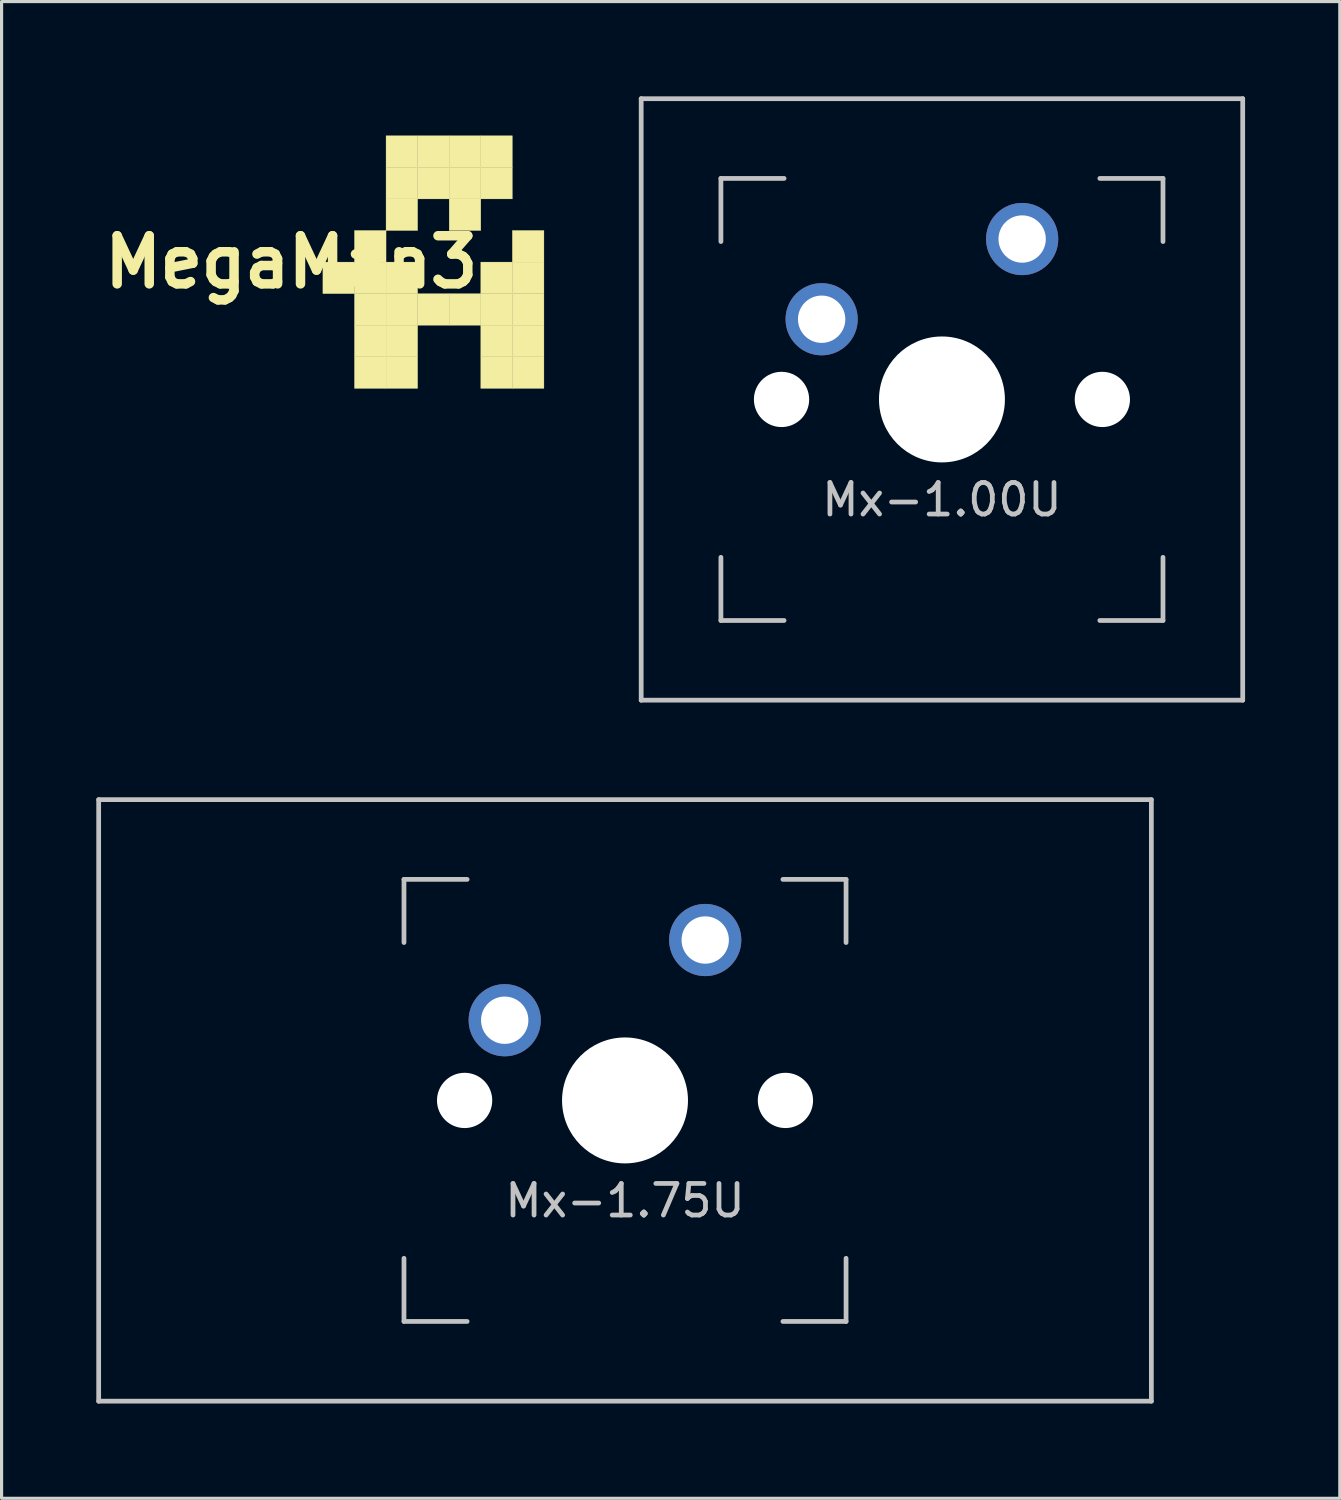
<source format=kicad_pcb>
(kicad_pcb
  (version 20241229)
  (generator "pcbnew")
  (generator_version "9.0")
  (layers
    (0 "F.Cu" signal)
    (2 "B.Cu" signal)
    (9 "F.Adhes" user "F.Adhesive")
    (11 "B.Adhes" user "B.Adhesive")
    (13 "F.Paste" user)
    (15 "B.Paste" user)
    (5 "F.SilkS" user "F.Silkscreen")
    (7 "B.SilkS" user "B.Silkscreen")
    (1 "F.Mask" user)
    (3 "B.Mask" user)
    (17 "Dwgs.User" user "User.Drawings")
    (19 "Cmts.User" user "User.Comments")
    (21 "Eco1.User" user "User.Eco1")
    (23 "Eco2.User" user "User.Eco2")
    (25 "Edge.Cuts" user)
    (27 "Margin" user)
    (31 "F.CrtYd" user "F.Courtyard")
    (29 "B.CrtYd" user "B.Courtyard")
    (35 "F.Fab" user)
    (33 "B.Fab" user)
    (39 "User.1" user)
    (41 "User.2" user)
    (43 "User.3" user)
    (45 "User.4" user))
  (footprint "Mx-1.75U"
    (layer "F.Cu")
    (at 16.744 31.8)
    (property "Reference" "Mx-1.75U" (at 0 3.175 0) (layer "Dwgs.User") (effects (font (size 1 1) (thickness 0.15))))
    (fp_line (start -16.669 -9.525) (end 16.669 -9.525) (stroke (width 0.15) (type solid)) (layer "Dwgs.User"))
    (fp_line (start -16.669 9.525) (end -16.669 -9.525) (stroke (width 0.15) (type solid)) (layer "Dwgs.User"))
    (fp_line (start -7 -7) (end -7 -5) (stroke (width 0.15) (type solid)) (layer "Dwgs.User"))
    (fp_line (start -7 5) (end -7 7) (stroke (width 0.15) (type solid)) (layer "Dwgs.User"))
    (fp_line (start -7 7) (end -5 7) (stroke (width 0.15) (type solid)) (layer "Dwgs.User"))
    (fp_line (start -5 -7) (end -7 -7) (stroke (width 0.15) (type solid)) (layer "Dwgs.User"))
    (fp_line (start 5 -7) (end 7 -7) (stroke (width 0.15) (type solid)) (layer "Dwgs.User"))
    (fp_line (start 5 7) (end 7 7) (stroke (width 0.15) (type solid)) (layer "Dwgs.User"))
    (fp_line (start 7 -7) (end 7 -5) (stroke (width 0.15) (type solid)) (layer "Dwgs.User"))
    (fp_line (start 7 7) (end 7 5) (stroke (width 0.15) (type solid)) (layer "Dwgs.User"))
    (fp_line (start 16.669 -9.525) (end 16.669 9.525) (stroke (width 0.15) (type solid)) (layer "Dwgs.User"))
    (fp_line (start 16.669 9.525) (end -16.669 9.525) (stroke (width 0.15) (type solid)) (layer "Dwgs.User"))
    (pad "" np_thru_hole circle (at -5.08 0 48.1) (size 1.75 1.75) (drill 1.75) (layers "*.Cu" "*.Mask"))
    (pad "" np_thru_hole circle (at 0 0) (size 3.988 3.988) (drill 3.988) (layers "*.Cu" "*.Mask"))
    (pad "" np_thru_hole circle (at 5.08 0 48.1) (size 1.75 1.75) (drill 1.75) (layers "*.Cu" "*.Mask"))
    (pad "1" thru_hole circle (at 2.54 -5.08) (size 2.286 2.286) (drill 1.499) (layers "*.Cu" "*.Mask"))
    (pad "2" thru_hole circle (at -3.81 -2.54) (size 2.286 2.286) (drill 1.499) (layers "*.Cu" "*.Mask")))
  (footprint "MegaMan3"
    (layer "F.Cu")
    (at 6.176 0.25)
    (property "Reference" "MegaMan3" (at 0 5 0) (layer "F.SilkS") (effects (font (size 1.524 1.524) (thickness 0.3))))
    (attr through_hole)
    (fp_poly (pts (xy 1 5) (xy 2 5) (xy 2 6) (xy 1 6) (xy 1 5)) (stroke (width 0.01) (type solid)) (fill yes) (layer "F.SilkS"))
    (fp_poly (pts (xy 2 4) (xy 3 4) (xy 3 5) (xy 2 5) (xy 2 4)) (stroke (width 0.01) (type solid)) (fill yes) (layer "F.SilkS"))
    (fp_poly (pts (xy 2 5) (xy 3 5) (xy 3 6) (xy 2 6) (xy 2 5)) (stroke (width 0.01) (type solid)) (fill yes) (layer "F.SilkS"))
    (fp_poly (pts (xy 2 6) (xy 3 6) (xy 3 7) (xy 2 7) (xy 2 6)) (stroke (width 0.01) (type solid)) (fill yes) (layer "F.SilkS"))
    (fp_poly (pts (xy 2 7) (xy 3 7) (xy 3 8) (xy 2 8) (xy 2 7)) (stroke (width 0.01) (type solid)) (fill yes) (layer "F.SilkS"))
    (fp_poly (pts (xy 2 8) (xy 3 8) (xy 3 9) (xy 2 9) (xy 2 8)) (stroke (width 0.01) (type solid)) (fill yes) (layer "F.SilkS"))
    (fp_poly (pts (xy 3 1) (xy 4 1) (xy 4 2) (xy 3 2) (xy 3 1)) (stroke (width 0.01) (type solid)) (fill yes) (layer "F.SilkS"))
    (fp_poly (pts (xy 3 2) (xy 4 2) (xy 4 3) (xy 3 3) (xy 3 2)) (stroke (width 0.01) (type solid)) (fill yes) (layer "F.SilkS"))
    (fp_poly (pts (xy 3 3) (xy 4 3) (xy 4 4) (xy 3 4) (xy 3 3)) (stroke (width 0.01) (type solid)) (fill yes) (layer "F.SilkS"))
    (fp_poly (pts (xy 3 5) (xy 4 5) (xy 4 6) (xy 3 6) (xy 3 5)) (stroke (width 0.01) (type solid)) (fill yes) (layer "F.SilkS"))
    (fp_poly (pts (xy 3 6) (xy 4 6) (xy 4 7) (xy 3 7) (xy 3 6)) (stroke (width 0.01) (type solid)) (fill yes) (layer "F.SilkS"))
    (fp_poly (pts (xy 3 7) (xy 4 7) (xy 4 8) (xy 3 8) (xy 3 7)) (stroke (width 0.01) (type solid)) (fill yes) (layer "F.SilkS"))
    (fp_poly (pts (xy 3 8) (xy 4 8) (xy 4 9) (xy 3 9) (xy 3 8)) (stroke (width 0.01) (type solid)) (fill yes) (layer "F.SilkS"))
    (fp_poly (pts (xy 4 1) (xy 5 1) (xy 5 2) (xy 4 2) (xy 4 1)) (stroke (width 0.01) (type solid)) (fill yes) (layer "F.SilkS"))
    (fp_poly (pts (xy 4 2) (xy 5 2) (xy 5 3) (xy 4 3) (xy 4 2)) (stroke (width 0.01) (type solid)) (fill yes) (layer "F.SilkS"))
    (fp_poly (pts (xy 4 6) (xy 5 6) (xy 5 7) (xy 4 7) (xy 4 6)) (stroke (width 0.01) (type solid)) (fill yes) (layer "F.SilkS"))
    (fp_poly (pts (xy 5 1) (xy 6 1) (xy 6 2) (xy 5 2) (xy 5 1)) (stroke (width 0.01) (type solid)) (fill yes) (layer "F.SilkS"))
    (fp_poly (pts (xy 5 2) (xy 6 2) (xy 6 3) (xy 5 3) (xy 5 2)) (stroke (width 0.01) (type solid)) (fill yes) (layer "F.SilkS"))
    (fp_poly (pts (xy 5 3) (xy 6 3) (xy 6 4) (xy 5 4) (xy 5 3)) (stroke (width 0.01) (type solid)) (fill yes) (layer "F.SilkS"))
    (fp_poly (pts (xy 5 6) (xy 6 6) (xy 6 7) (xy 5 7) (xy 5 6)) (stroke (width 0.01) (type solid)) (fill yes) (layer "F.SilkS"))
    (fp_poly (pts (xy 6 1) (xy 7 1) (xy 7 2) (xy 6 2) (xy 6 1)) (stroke (width 0.01) (type solid)) (fill yes) (layer "F.SilkS"))
    (fp_poly (pts (xy 6 2) (xy 7 2) (xy 7 3) (xy 6 3) (xy 6 2)) (stroke (width 0.01) (type solid)) (fill yes) (layer "F.SilkS"))
    (fp_poly (pts (xy 6 5) (xy 7 5) (xy 7 6) (xy 6 6) (xy 6 5)) (stroke (width 0.01) (type solid)) (fill yes) (layer "F.SilkS"))
    (fp_poly (pts (xy 6 6) (xy 7 6) (xy 7 7) (xy 6 7) (xy 6 6)) (stroke (width 0.01) (type solid)) (fill yes) (layer "F.SilkS"))
    (fp_poly (pts (xy 6 7) (xy 7 7) (xy 7 8) (xy 6 8) (xy 6 7)) (stroke (width 0.01) (type solid)) (fill yes) (layer "F.SilkS"))
    (fp_poly (pts (xy 6 8) (xy 7 8) (xy 7 9) (xy 6 9) (xy 6 8)) (stroke (width 0.01) (type solid)) (fill yes) (layer "F.SilkS"))
    (fp_poly (pts (xy 7 4) (xy 8 4) (xy 8 5) (xy 7 5) (xy 7 4)) (stroke (width 0.01) (type solid)) (fill yes) (layer "F.SilkS"))
    (fp_poly (pts (xy 7 5) (xy 8 5) (xy 8 6) (xy 7 6) (xy 7 5)) (stroke (width 0.01) (type solid)) (fill yes) (layer "F.SilkS"))
    (fp_poly (pts (xy 7 6) (xy 8 6) (xy 8 7) (xy 7 7) (xy 7 6)) (stroke (width 0.01) (type solid)) (fill yes) (layer "F.SilkS"))
    (fp_poly (pts (xy 7 7) (xy 8 7) (xy 8 8) (xy 7 8) (xy 7 7)) (stroke (width 0.01) (type solid)) (fill yes) (layer "F.SilkS"))
    (fp_poly (pts (xy 7 8) (xy 8 8) (xy 8 9) (xy 7 9) (xy 7 8)) (stroke (width 0.01) (type solid)) (fill yes) (layer "F.SilkS")))
  (footprint "Mx-1.00U"
    (layer "F.Cu")
    (at 26.781 9.6)
    (property "Reference" "Mx-1.00U" (at 0 3.175 0) (layer "Dwgs.User") (effects (font (size 1 1) (thickness 0.15))))
    (fp_line (start -9.525 -9.525) (end 9.525 -9.525) (stroke (width 0.15) (type solid)) (layer "Dwgs.User"))
    (fp_line (start -9.525 9.525) (end -9.525 -9.525) (stroke (width 0.15) (type solid)) (layer "Dwgs.User"))
    (fp_line (start -7 -7) (end -7 -5) (stroke (width 0.15) (type solid)) (layer "Dwgs.User"))
    (fp_line (start -7 5) (end -7 7) (stroke (width 0.15) (type solid)) (layer "Dwgs.User"))
    (fp_line (start -7 7) (end -5 7) (stroke (width 0.15) (type solid)) (layer "Dwgs.User"))
    (fp_line (start -5 -7) (end -7 -7) (stroke (width 0.15) (type solid)) (layer "Dwgs.User"))
    (fp_line (start 5 -7) (end 7 -7) (stroke (width 0.15) (type solid)) (layer "Dwgs.User"))
    (fp_line (start 5 7) (end 7 7) (stroke (width 0.15) (type solid)) (layer "Dwgs.User"))
    (fp_line (start 7 -7) (end 7 -5) (stroke (width 0.15) (type solid)) (layer "Dwgs.User"))
    (fp_line (start 7 7) (end 7 5) (stroke (width 0.15) (type solid)) (layer "Dwgs.User"))
    (fp_line (start 9.525 -9.525) (end 9.525 9.525) (stroke (width 0.15) (type solid)) (layer "Dwgs.User"))
    (fp_line (start 9.525 9.525) (end -9.525 9.525) (stroke (width 0.15) (type solid)) (layer "Dwgs.User"))
    (pad "" np_thru_hole circle (at -5.08 0 48.1) (size 1.75 1.75) (drill 1.75) (layers "*.Cu" "*.Mask"))
    (pad "" np_thru_hole circle (at 0 0) (size 3.988 3.988) (drill 3.988) (layers "*.Cu" "*.Mask"))
    (pad "" np_thru_hole circle (at 5.08 0 48.1) (size 1.75 1.75) (drill 1.75) (layers "*.Cu" "*.Mask"))
    (pad "1" thru_hole circle (at 2.54 -5.08) (size 2.286 2.286) (drill 1.499) (layers "*.Cu" "*.Mask"))
    (pad "2" thru_hole circle (at -3.81 -2.54) (size 2.286 2.286) (drill 1.499) (layers "*.Cu" "*.Mask")))
  (gr_rect
    (start -3 -3)
    (end 39.381 44.4)
    (stroke (width 0.1) (type default))
    (fill no)
    (layer "Edge.Cuts")))
</source>
